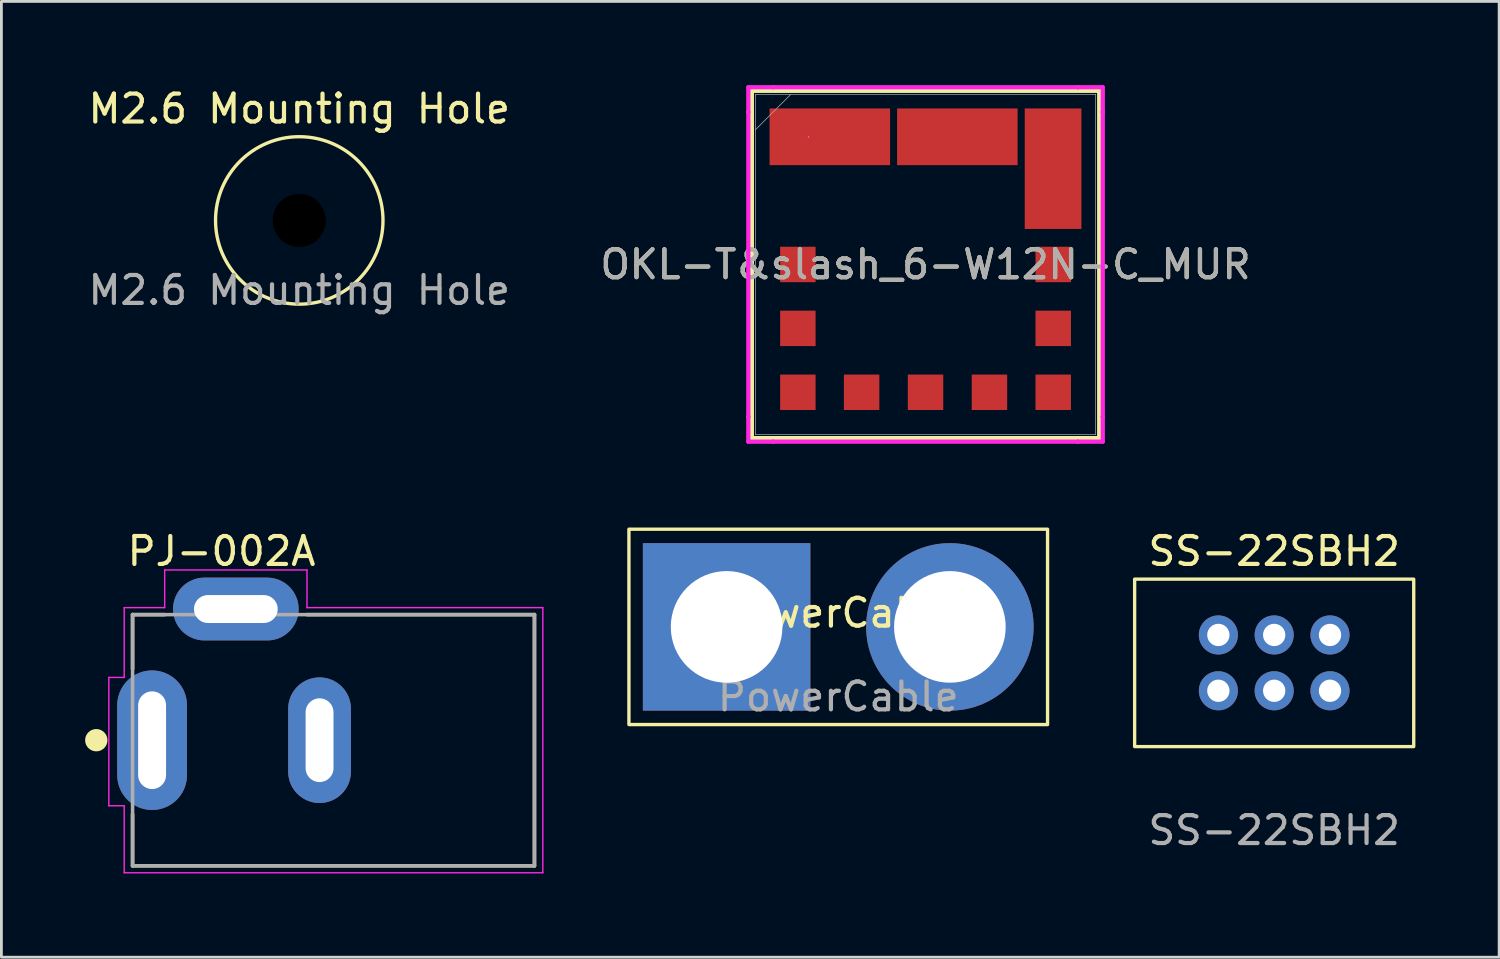
<source format=kicad_pcb>
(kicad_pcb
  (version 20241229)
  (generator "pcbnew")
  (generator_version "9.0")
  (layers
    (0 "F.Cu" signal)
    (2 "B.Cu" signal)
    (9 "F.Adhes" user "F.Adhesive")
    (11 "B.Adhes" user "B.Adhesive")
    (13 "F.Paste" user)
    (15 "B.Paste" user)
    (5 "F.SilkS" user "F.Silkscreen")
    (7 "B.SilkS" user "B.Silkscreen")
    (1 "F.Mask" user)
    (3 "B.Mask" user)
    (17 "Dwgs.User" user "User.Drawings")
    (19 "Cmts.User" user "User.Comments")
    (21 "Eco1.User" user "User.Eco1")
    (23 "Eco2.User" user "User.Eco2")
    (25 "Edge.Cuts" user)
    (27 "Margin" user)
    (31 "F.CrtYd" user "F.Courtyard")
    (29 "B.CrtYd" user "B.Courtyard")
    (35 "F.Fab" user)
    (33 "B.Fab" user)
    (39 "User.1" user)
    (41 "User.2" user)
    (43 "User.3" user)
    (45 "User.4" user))
  (footprint "SS-22SBH2"
    (layer "F.Cu")
    (at 42.605 20.701)
    (property "Reference" "SS-22SBH2" (at 0 -4 0) (unlocked yes) (layer "F.SilkS") (effects (font (size 1 1) (thickness 0.15))))
    (attr smd)
    (fp_rect (start -5 -3) (end 5 3) (stroke (width 0.12) (type default)) (fill no) (layer "F.SilkS"))
    (fp_text user "${REFERENCE}" (at 0 6 0) (unlocked yes) (layer "F.Fab") (effects (font (size 1 1) (thickness 0.15))))
    (pad "1" thru_hole circle (at -2 -1) (size 1.4 1.4) (drill 0.8) (layers "*.Cu" "*.Mask"))
    (pad "2" thru_hole circle (at 0 -1) (size 1.4 1.4) (drill 0.8) (layers "*.Cu" "*.Mask"))
    (pad "3" thru_hole circle (at 2 -1) (size 1.4 1.4) (drill 0.8) (layers "*.Cu" "*.Mask"))
    (pad "4" thru_hole circle (at -2 1) (size 1.4 1.4) (drill 0.8) (layers "*.Cu" "*.Mask"))
    (pad "5" thru_hole circle (at 0 1) (size 1.4 1.4) (drill 0.8) (layers "*.Cu" "*.Mask"))
    (pad "6" thru_hole circle (at 2 1) (size 1.4 1.4) (drill 0.8) (layers "*.Cu" "*.Mask")))
  (footprint "OKL-T&slash_6-W12N-C_MUR"
    (layer "F.Cu")
    (at 30.113 6.426)
    (property "Reference" "OKL-T&slash_6-W12N-C_MUR" (at 0 0 0) (unlocked yes) (layer "F.SilkS") (effects (font (size 1 1) (thickness 0.15))))
    (attr smd)
    (fp_line (start -6.223 -6.223) (end -6.223 6.223) (stroke (width 0.152) (type solid)) (layer "F.SilkS"))
    (fp_line (start -6.223 6.223) (end 6.223 6.223) (stroke (width 0.152) (type solid)) (layer "F.SilkS"))
    (fp_line (start 6.223 -6.223) (end -6.223 -6.223) (stroke (width 0.152) (type solid)) (layer "F.SilkS"))
    (fp_line (start 6.223 6.223) (end 6.223 -6.223) (stroke (width 0.152) (type solid)) (layer "F.SilkS"))
    (fp_line (start -6.35 -6.35) (end -5.459 -6.35) (stroke (width 0.152) (type solid)) (layer "F.CrtYd"))
    (fp_line (start -6.35 -5.459) (end -6.35 -6.35) (stroke (width 0.152) (type solid)) (layer "F.CrtYd"))
    (fp_line (start -6.35 -5.459) (end -6.35 -5.459) (stroke (width 0.152) (type solid)) (layer "F.CrtYd"))
    (fp_line (start -6.35 5.459) (end -6.35 -5.459) (stroke (width 0.152) (type solid)) (layer "F.CrtYd"))
    (fp_line (start -6.35 5.459) (end -6.35 5.459) (stroke (width 0.152) (type solid)) (layer "F.CrtYd"))
    (fp_line (start -6.35 6.35) (end -6.35 5.459) (stroke (width 0.152) (type solid)) (layer "F.CrtYd"))
    (fp_line (start -5.459 -6.35) (end -5.459 -6.35) (stroke (width 0.152) (type solid)) (layer "F.CrtYd"))
    (fp_line (start -5.459 -6.35) (end 5.459 -6.35) (stroke (width 0.152) (type solid)) (layer "F.CrtYd"))
    (fp_line (start -5.459 6.35) (end -6.35 6.35) (stroke (width 0.152) (type solid)) (layer "F.CrtYd"))
    (fp_line (start -5.459 6.35) (end -5.459 6.35) (stroke (width 0.152) (type solid)) (layer "F.CrtYd"))
    (fp_line (start 5.459 -6.35) (end 5.459 -6.35) (stroke (width 0.152) (type solid)) (layer "F.CrtYd"))
    (fp_line (start 5.459 -6.35) (end 6.35 -6.35) (stroke (width 0.152) (type solid)) (layer "F.CrtYd"))
    (fp_line (start 5.459 6.35) (end -5.459 6.35) (stroke (width 0.152) (type solid)) (layer "F.CrtYd"))
    (fp_line (start 5.459 6.35) (end 5.459 6.35) (stroke (width 0.152) (type solid)) (layer "F.CrtYd"))
    (fp_line (start 6.35 -6.35) (end 6.35 -5.459) (stroke (width 0.152) (type solid)) (layer "F.CrtYd"))
    (fp_line (start 6.35 -5.459) (end 6.35 -5.459) (stroke (width 0.152) (type solid)) (layer "F.CrtYd"))
    (fp_line (start 6.35 -5.459) (end 6.35 5.459) (stroke (width 0.152) (type solid)) (layer "F.CrtYd"))
    (fp_line (start 6.35 5.459) (end 6.35 5.459) (stroke (width 0.152) (type solid)) (layer "F.CrtYd"))
    (fp_line (start 6.35 5.459) (end 6.35 6.35) (stroke (width 0.152) (type solid)) (layer "F.CrtYd"))
    (fp_line (start 6.35 6.35) (end 5.459 6.35) (stroke (width 0.152) (type solid)) (layer "F.CrtYd"))
    (fp_line (start -6.096 -6.096) (end -6.096 6.096) (stroke (width 0.025) (type solid)) (layer "F.Fab"))
    (fp_line (start -6.096 -4.826) (end -4.826 -6.096) (stroke (width 0.025) (type solid)) (layer "F.Fab"))
    (fp_line (start -6.096 6.096) (end 6.096 6.096) (stroke (width 0.025) (type solid)) (layer "F.Fab"))
    (fp_line (start 6.096 -6.096) (end -6.096 -6.096) (stroke (width 0.025) (type solid)) (layer "F.Fab"))
    (fp_line (start 6.096 6.096) (end 6.096 -6.096) (stroke (width 0.025) (type solid)) (layer "F.Fab"))
    (fp_circle (center -4.194 -4.57) (end -4.194 -4.57) (stroke (width 0.025) (type solid)) (fill no) (layer "F.Fab"))
    (fp_text user "${REFERENCE}" (at 0 0 0) (unlocked yes) (layer "F.Fab") (effects (font (size 1 1) (thickness 0.15))))
    (pad "1" smd rect (at -4.575 0) (size 1.27 1.27) (layers "F.Cu" "F.Mask" "F.Paste"))
    (pad "2" smd rect (at -3.43 -4.574) (size 4.318 2.032) (layers "F.Cu" "F.Mask" "F.Paste"))
    (pad "3" smd rect (at 1.14 -4.574) (size 4.318 2.032) (layers "F.Cu" "F.Mask" "F.Paste"))
    (pad "4" smd rect (at 4.57 -3.431 90) (size 4.318 2.032) (layers "F.Cu" "F.Mask" "F.Paste"))
    (pad "5" smd rect (at 4.575 0) (size 1.27 1.27) (layers "F.Cu" "F.Mask" "F.Paste"))
    (pad "6" smd rect (at 4.575 4.58) (size 1.27 1.27) (layers "F.Cu" "F.Mask" "F.Paste"))
    (pad "7" smd rect (at 0 4.58 90) (size 1.27 1.27) (layers "F.Cu" "F.Mask" "F.Paste"))
    (pad "8" smd rect (at -2.29 4.58 90) (size 1.27 1.27) (layers "F.Cu" "F.Mask" "F.Paste"))
    (pad "9" smd rect (at -4.575 4.58) (size 1.27 1.27) (layers "F.Cu" "F.Mask" "F.Paste"))
    (pad "10" smd rect (at -4.575 2.29) (size 1.27 1.27) (layers "F.Cu" "F.Mask" "F.Paste"))
    (pad "11" smd rect (at 4.575 2.29) (size 1.27 1.27) (layers "F.Cu" "F.Mask" "F.Paste"))
    (pad "12" smd rect (at 2.29 4.58 90) (size 1.27 1.27) (layers "F.Cu" "F.Mask" "F.Paste")))
  (footprint "M2.6 Mounting Hole"
    (layer "F.Cu")
    (at 7.673 4.848)
    (property "Reference" "M2.6 Mounting Hole" (at 0 -4 0) (unlocked yes) (layer "F.SilkS") (effects (font (size 1 1) (thickness 0.15))))
    (attr smd)
    (fp_circle (center 0 0) (end -3 0) (stroke (width 0.12) (type default)) (fill no) (layer "F.SilkS"))
    (fp_text user "${REFERENCE}" (at 0 2.5 0) (unlocked yes) (layer "F.Fab") (effects (font (size 1 1) (thickness 0.15))))
    (pad "" np_thru_hole circle (at 0 0) (size 1.905 1.905) (drill 2.8) (layers "*.Mask")))
  (footprint "PJ-002A"
    (layer "F.Cu")
    (at 2.4 23.472)
    (property "Reference" "PJ-002A" (at 2.487 -6.771 180) (layer "F.SilkS") (effects (font (size 1.001 1.001) (thickness 0.15))))
    (attr through_hole)
    (fp_line (start -0.7 -4.5) (end 0.45 -4.5) (stroke (width 0.127) (type solid)) (layer "F.SilkS"))
    (fp_line (start -0.7 -2.55) (end -0.7 -4.5) (stroke (width 0.127) (type solid)) (layer "F.SilkS"))
    (fp_line (start -0.7 4.5) (end -0.7 2.65) (stroke (width 0.127) (type solid)) (layer "F.SilkS"))
    (fp_line (start 5.55 -4.5) (end 13.7 -4.5) (stroke (width 0.127) (type solid)) (layer "F.SilkS"))
    (fp_line (start 13.7 -4.5) (end 13.7 4.5) (stroke (width 0.127) (type solid)) (layer "F.SilkS"))
    (fp_line (start 13.7 4.5) (end -0.7 4.5) (stroke (width 0.127) (type solid)) (layer "F.SilkS"))
    (fp_circle (center -2 0) (end -1.8 0) (stroke (width 0.4) (type solid)) (fill no) (layer "F.SilkS"))
    (fp_line (start -1.55 -2.25) (end -1.55 2.35) (stroke (width 0.05) (type solid)) (layer "F.CrtYd"))
    (fp_line (start -1.55 2.35) (end -1 2.35) (stroke (width 0.05) (type solid)) (layer "F.CrtYd"))
    (fp_line (start -1 -4.75) (end 0.45 -4.75) (stroke (width 0.05) (type solid)) (layer "F.CrtYd"))
    (fp_line (start -1 -2.25) (end -1.55 -2.25) (stroke (width 0.05) (type solid)) (layer "F.CrtYd"))
    (fp_line (start -1 -2.25) (end -1 -4.75) (stroke (width 0.05) (type solid)) (layer "F.CrtYd"))
    (fp_line (start -1 4.75) (end -1 2.35) (stroke (width 0.05) (type solid)) (layer "F.CrtYd"))
    (fp_line (start 0.45 -6.1) (end 5.55 -6.1) (stroke (width 0.05) (type solid)) (layer "F.CrtYd"))
    (fp_line (start 0.45 -4.75) (end 0.45 -6.1) (stroke (width 0.05) (type solid)) (layer "F.CrtYd"))
    (fp_line (start 5.55 -6.1) (end 5.55 -4.75) (stroke (width 0.05) (type solid)) (layer "F.CrtYd"))
    (fp_line (start 5.55 -4.75) (end 14 -4.75) (stroke (width 0.05) (type solid)) (layer "F.CrtYd"))
    (fp_line (start 14 -4.75) (end 14 4.75) (stroke (width 0.05) (type solid)) (layer "F.CrtYd"))
    (fp_line (start 14 4.75) (end -1 4.75) (stroke (width 0.05) (type solid)) (layer "F.CrtYd"))
    (fp_line (start -0.7 -4.5) (end 13.7 -4.5) (stroke (width 0.127) (type solid)) (layer "F.Fab"))
    (fp_line (start -0.7 4.5) (end -0.7 -4.5) (stroke (width 0.127) (type solid)) (layer "F.Fab"))
    (fp_line (start 13.7 -4.5) (end 13.7 4.5) (stroke (width 0.127) (type solid)) (layer "F.Fab"))
    (fp_line (start 13.7 4.5) (end -0.7 4.5) (stroke (width 0.127) (type solid)) (layer "F.Fab"))
    (pad "1" thru_hole oval (at 0 0) (size 2.5 5) (drill oval 1 3.5) (layers "*.Cu" "*.Mask"))
    (pad "2" thru_hole oval (at 6 0) (size 2.25 4.5) (drill oval 1 3) (layers "*.Cu" "*.Mask"))
    (pad "3" thru_hole oval (at 3 -4.7) (size 4.5 2.25) (drill oval 3 1) (layers "*.Cu" "*.Mask")))
  (footprint "PowerCable"
    (layer "F.Cu")
    (at 26.985 19.412)
    (property "Reference" "PowerCable" (at 0 -0.5 0) (unlocked yes) (layer "F.SilkS") (effects (font (size 1 1) (thickness 0.15))))
    (attr smd)
    (fp_rect (start -7.5 -3.5) (end 7.5 3.5) (stroke (width 0.12) (type default)) (fill no) (layer "F.SilkS"))
    (fp_text user "${REFERENCE}" (at 0 2.5 0) (unlocked yes) (layer "F.Fab") (effects (font (size 1 1) (thickness 0.15))))
    (pad "1" thru_hole rect (at -4 0) (size 6 6) (drill 4) (layers "*.Cu" "*.Mask"))
    (pad "2" thru_hole circle (at 4 0) (size 6 6) (drill 4) (layers "*.Cu" "*.Mask")))
  (gr_rect
    (start -3 -3)
    (end 50.665 31.247)
    (stroke (width 0.1) (type default))
    (fill no)
    (layer "Edge.Cuts")))
</source>
